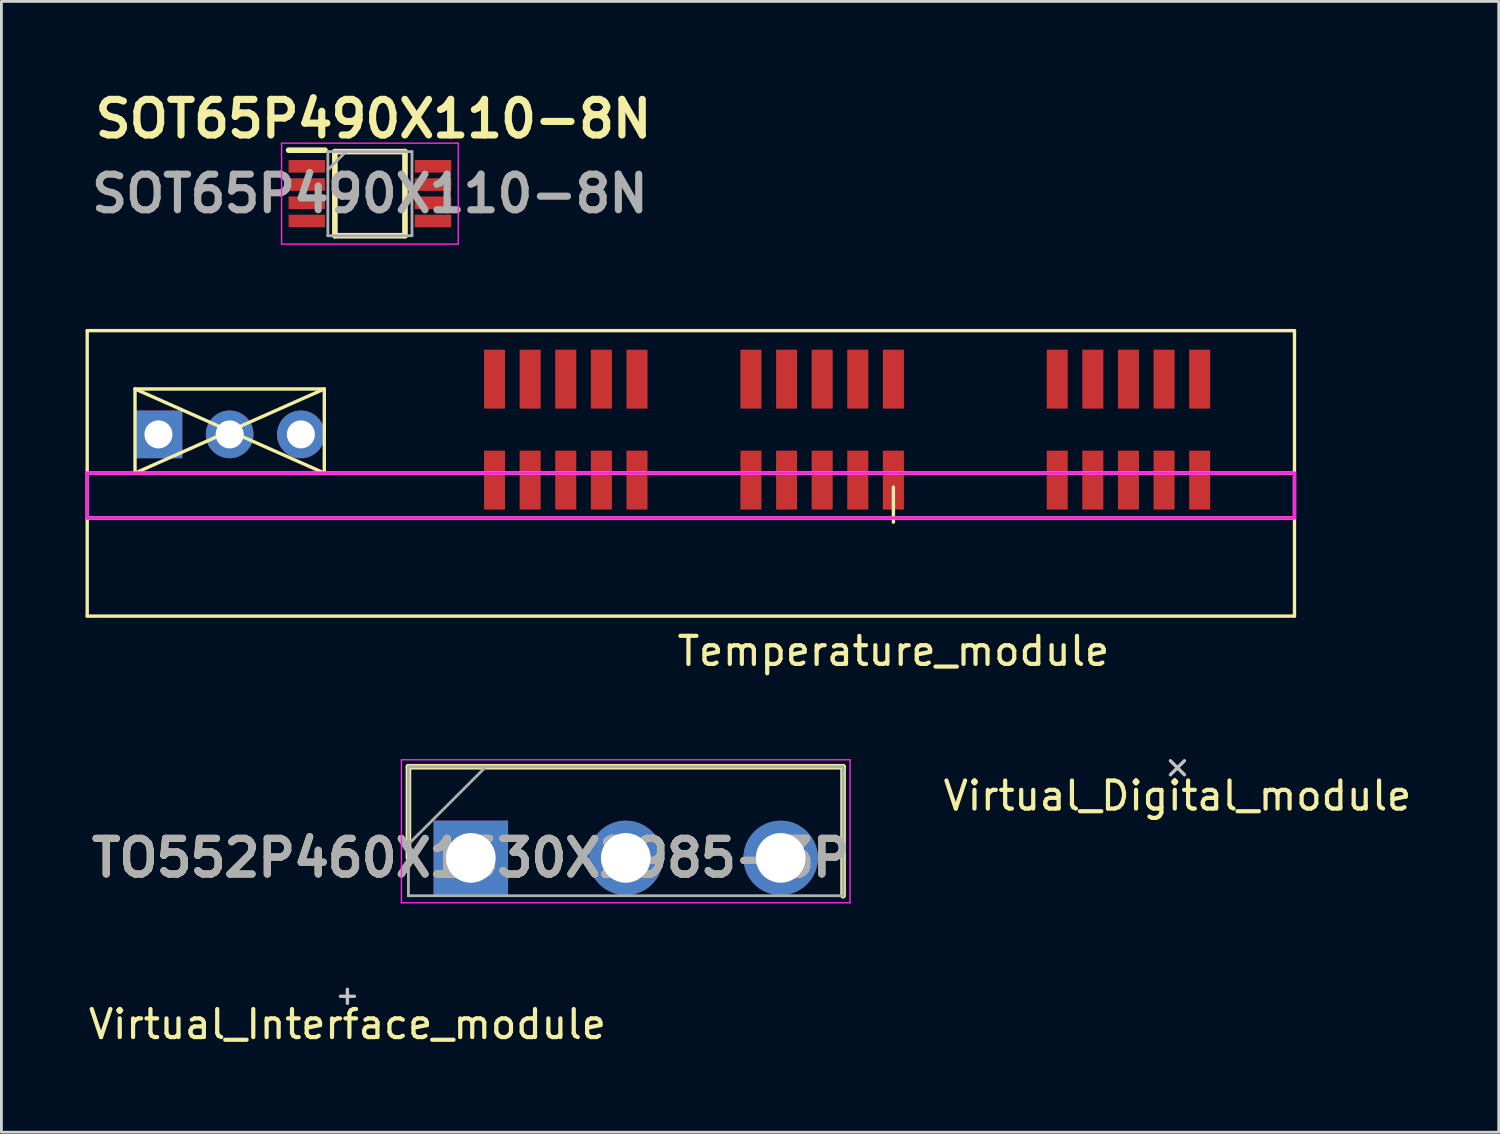
<source format=kicad_pcb>
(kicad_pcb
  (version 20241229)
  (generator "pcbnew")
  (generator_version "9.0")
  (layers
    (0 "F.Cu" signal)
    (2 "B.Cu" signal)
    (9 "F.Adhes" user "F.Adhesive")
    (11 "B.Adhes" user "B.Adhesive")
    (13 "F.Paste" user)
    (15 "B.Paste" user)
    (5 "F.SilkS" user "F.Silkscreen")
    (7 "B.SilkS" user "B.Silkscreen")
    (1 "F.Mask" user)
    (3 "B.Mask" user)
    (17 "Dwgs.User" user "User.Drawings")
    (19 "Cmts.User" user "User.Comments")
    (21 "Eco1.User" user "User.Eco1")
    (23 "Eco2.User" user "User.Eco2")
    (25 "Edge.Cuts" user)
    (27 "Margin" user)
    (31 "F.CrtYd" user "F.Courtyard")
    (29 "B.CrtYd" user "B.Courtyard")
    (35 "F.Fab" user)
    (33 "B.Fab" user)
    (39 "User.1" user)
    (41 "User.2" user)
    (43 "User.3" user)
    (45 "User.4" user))
  (footprint "Virtual_Digital_module"
    (layer "F.Cu")
    (at 38.939 24.329)
    (property "Reference" "Virtual_Digital_module" (at 0 1 0) (layer "F.SilkS") (effects (font (size 1 1) (thickness 0.15))))
    (attr through_hole)
    (fp_line (start -0.25 -0.25) (end 0.25 0.25) (stroke (width 0.12) (type solid)) (layer "Dwgs.User"))
    (fp_line (start -0.25 0.25) (end 0.25 -0.25) (stroke (width 0.12) (type solid)) (layer "Dwgs.User")))
  (footprint "SOT65P490X110-8N"
    (layer "F.Cu")
    (at 10.142 3.856)
    (property "Reference" "SOT65P490X110-8N" (at 0.127 -2.667 0) (layer "F.SilkS") (effects (font (size 1.27 1.27) (thickness 0.254))))
    (attr smd)
    (fp_line (start -2.9 -1.55) (end -1.6 -1.55) (stroke (width 0.2) (type solid)) (layer "F.SilkS"))
    (fp_line (start -1.25 -1.5) (end 1.25 -1.5) (stroke (width 0.2) (type solid)) (layer "F.SilkS"))
    (fp_line (start -1.25 1.5) (end -1.25 -1.5) (stroke (width 0.2) (type solid)) (layer "F.SilkS"))
    (fp_line (start 1.25 -1.5) (end 1.25 1.5) (stroke (width 0.2) (type solid)) (layer "F.SilkS"))
    (fp_line (start 1.25 1.5) (end -1.25 1.5) (stroke (width 0.2) (type solid)) (layer "F.SilkS"))
    (fp_line (start -3.15 -1.8) (end 3.15 -1.8) (stroke (width 0.05) (type solid)) (layer "F.CrtYd"))
    (fp_line (start -3.15 1.8) (end -3.15 -1.8) (stroke (width 0.05) (type solid)) (layer "F.CrtYd"))
    (fp_line (start 3.15 -1.8) (end 3.15 1.8) (stroke (width 0.05) (type solid)) (layer "F.CrtYd"))
    (fp_line (start 3.15 1.8) (end -3.15 1.8) (stroke (width 0.05) (type solid)) (layer "F.CrtYd"))
    (fp_line (start -1.5 -1.5) (end 1.5 -1.5) (stroke (width 0.1) (type solid)) (layer "F.Fab"))
    (fp_line (start -1.5 -0.85) (end -0.85 -1.5) (stroke (width 0.1) (type solid)) (layer "F.Fab"))
    (fp_line (start -1.5 1.5) (end -1.5 -1.5) (stroke (width 0.1) (type solid)) (layer "F.Fab"))
    (fp_line (start 1.5 -1.5) (end 1.5 1.5) (stroke (width 0.1) (type solid)) (layer "F.Fab"))
    (fp_line (start 1.5 1.5) (end -1.5 1.5) (stroke (width 0.1) (type solid)) (layer "F.Fab"))
    (fp_text user "${REFERENCE}" (at 0 0 0) (layer "F.Fab") (effects (font (size 1.27 1.27) (thickness 0.254))))
    (pad "1" smd rect (at -2.25 -0.975 90) (size 0.45 1.3) (layers "F.Cu" "F.Mask" "F.Paste"))
    (pad "2" smd rect (at -2.25 -0.325 90) (size 0.45 1.3) (layers "F.Cu" "F.Mask" "F.Paste"))
    (pad "3" smd rect (at -2.25 0.325 90) (size 0.45 1.3) (layers "F.Cu" "F.Mask" "F.Paste"))
    (pad "4" smd rect (at -2.25 0.975 90) (size 0.45 1.3) (layers "F.Cu" "F.Mask" "F.Paste"))
    (pad "5" smd rect (at 2.25 0.975 90) (size 0.45 1.3) (layers "F.Cu" "F.Mask" "F.Paste"))
    (pad "6" smd rect (at 2.25 0.325 90) (size 0.45 1.3) (layers "F.Cu" "F.Mask" "F.Paste"))
    (pad "7" smd rect (at 2.25 -0.325 90) (size 0.45 1.3) (layers "F.Cu" "F.Mask" "F.Paste"))
    (pad "8" smd rect (at 2.25 -0.975 90) (size 0.45 1.3) (layers "F.Cu" "F.Mask" "F.Paste")))
  (footprint "TO552P460X1530X2985-3P"
    (layer "F.Cu")
    (at 13.74 27.544)
    (property "Reference" "TO552P460X1530X2985-3P" (at 0 0 0) (layer "F.SilkS") (effects (font (size 1.27 1.27) (thickness 0.254))))
    (attr through_hole)
    (fp_line (start -2.225 -3.25) (end -2.225 0) (stroke (width 0.2) (type solid)) (layer "F.SilkS"))
    (fp_line (start 13.275 -3.25) (end -2.225 -3.25) (stroke (width 0.2) (type solid)) (layer "F.SilkS"))
    (fp_line (start 13.275 1.35) (end 13.275 -3.25) (stroke (width 0.2) (type solid)) (layer "F.SilkS"))
    (fp_line (start -2.475 -3.5) (end 13.525 -3.5) (stroke (width 0.05) (type solid)) (layer "F.CrtYd"))
    (fp_line (start -2.475 1.6) (end -2.475 -3.5) (stroke (width 0.05) (type solid)) (layer "F.CrtYd"))
    (fp_line (start 13.525 -3.5) (end 13.525 1.6) (stroke (width 0.05) (type solid)) (layer "F.CrtYd"))
    (fp_line (start 13.525 1.6) (end -2.475 1.6) (stroke (width 0.05) (type solid)) (layer "F.CrtYd"))
    (fp_line (start -2.225 -3.25) (end 13.275 -3.25) (stroke (width 0.1) (type solid)) (layer "F.Fab"))
    (fp_line (start -2.225 -0.488) (end 0.537 -3.25) (stroke (width 0.1) (type solid)) (layer "F.Fab"))
    (fp_line (start -2.225 1.35) (end -2.225 -3.25) (stroke (width 0.1) (type solid)) (layer "F.Fab"))
    (fp_line (start 13.275 -3.25) (end 13.275 1.35) (stroke (width 0.1) (type solid)) (layer "F.Fab"))
    (fp_line (start 13.275 1.35) (end -2.225 1.35) (stroke (width 0.1) (type solid)) (layer "F.Fab"))
    (fp_text user "${REFERENCE}" (at 0 0 0) (layer "F.Fab") (effects (font (size 1.27 1.27) (thickness 0.254))))
    (pad "1" thru_hole rect (at 0 0) (size 2.655 2.655) (drill 1.77) (layers "*.Cu" "*.Mask"))
    (pad "2" thru_hole circle (at 5.525 0) (size 2.655 2.655) (drill 1.77) (layers "*.Cu" "*.Mask"))
    (pad "3" thru_hole circle (at 11.05 0) (size 2.655 2.655) (drill 1.77) (layers "*.Cu" "*.Mask")))
  (footprint "Virtual_Interface_module"
    (layer "F.Cu")
    (at 9.339 32.479)
    (property "Reference" "Virtual_Interface_module" (at 0 1 0) (layer "F.SilkS") (effects (font (size 1 1) (thickness 0.15))))
    (attr through_hole)
    (fp_line (start -0.25 0) (end 0.25 0) (stroke (width 0.12) (type solid)) (layer "Dwgs.User"))
    (fp_line (start 0 -0.25) (end 0 0.25) (stroke (width 0.12) (type solid)) (layer "Dwgs.User")))
  (footprint "Temperature_module"
    (layer "F.Cu")
    (at 28.81 13.821)
    (property "Reference" "Temperature_module" (at 0 6.35 180) (layer "F.SilkS") (effects (font (size 1 1) (thickness 0.15))))
    (attr through_hole)
    (fp_line (start -28.75 -5.08) (end 14.303 -5.08) (stroke (width 0.12) (type solid)) (layer "F.SilkS"))
    (fp_line (start -28.75 0) (end 14.303 0) (stroke (width 0.12) (type solid)) (layer "F.SilkS"))
    (fp_line (start -28.75 1.6) (end 14.303 1.6) (stroke (width 0.12) (type solid)) (layer "F.SilkS"))
    (fp_line (start -28.75 5.1) (end -28.75 -5.08) (stroke (width 0.12) (type solid)) (layer "F.SilkS"))
    (fp_line (start -27.045 -3) (end -20.295 0) (stroke (width 0.12) (type solid)) (layer "F.SilkS"))
    (fp_line (start -27.045 0) (end -27.045 -3) (stroke (width 0.12) (type solid)) (layer "F.SilkS"))
    (fp_line (start -27.045 0) (end -20.295 -3) (stroke (width 0.12) (type solid)) (layer "F.SilkS"))
    (fp_line (start -20.295 -3) (end -27.045 -3) (stroke (width 0.12) (type solid)) (layer "F.SilkS"))
    (fp_line (start -20.295 0) (end -20.295 -3) (stroke (width 0.12) (type solid)) (layer "F.SilkS"))
    (fp_line (start 0 0.5) (end 0 1.75) (stroke (width 0.12) (type solid)) (layer "F.SilkS"))
    (fp_line (start 14.303 -5.08) (end 14.303 5.1) (stroke (width 0.12) (type solid)) (layer "F.SilkS"))
    (fp_line (start 14.303 5.1) (end -28.75 5.1) (stroke (width 0.12) (type solid)) (layer "F.SilkS"))
    (fp_line (start -28.75 0) (end -28.75 1.6) (stroke (width 0.12) (type solid)) (layer "F.CrtYd"))
    (fp_line (start -28.75 1.6) (end 14.303 1.6) (stroke (width 0.12) (type solid)) (layer "F.CrtYd"))
    (fp_line (start 14.303 0) (end -28.75 0) (stroke (width 0.12) (type solid)) (layer "F.CrtYd"))
    (fp_line (start 14.303 1.6) (end 14.303 0.013) (stroke (width 0.12) (type solid)) (layer "F.CrtYd"))
    (pad "1" thru_hole rect (at -26.21 -1.38) (size 1.7 1.7) (drill 1) (layers "*.Cu" "*.Mask"))
    (pad "2" thru_hole circle (at -23.67 -1.38) (size 1.7 1.7) (drill 1) (layers "*.Cu" "*.Mask"))
    (pad "3" thru_hole circle (at -21.13 -1.38) (size 1.7 1.7) (drill 1) (layers "*.Cu" "*.Mask"))
    (pad "4" smd rect (at -14.224 0.25) (size 0.75 2.1) (layers "F.Cu" "F.Mask" "F.Paste"))
    (pad "5" smd rect (at -14.224 -3.35) (size 0.75 2.1) (layers "F.Cu" "F.Mask" "F.Paste"))
    (pad "6" smd rect (at -12.954 0.25) (size 0.75 2.1) (layers "F.Cu" "F.Mask" "F.Paste"))
    (pad "7" smd rect (at -12.954 -3.35) (size 0.75 2.1) (layers "F.Cu" "F.Mask" "F.Paste"))
    (pad "8" smd rect (at -11.684 0.25) (size 0.75 2.1) (layers "F.Cu" "F.Mask" "F.Paste"))
    (pad "9" smd rect (at -11.684 -3.35) (size 0.75 2.1) (layers "F.Cu" "F.Mask" "F.Paste"))
    (pad "10" smd rect (at -10.414 0.25) (size 0.75 2.1) (layers "F.Cu" "F.Mask" "F.Paste"))
    (pad "11" smd rect (at -10.414 -3.35) (size 0.75 2.1) (layers "F.Cu" "F.Mask" "F.Paste"))
    (pad "12" smd rect (at -9.144 0.25) (size 0.75 2.1) (layers "F.Cu" "F.Mask" "F.Paste"))
    (pad "13" smd rect (at -9.144 -3.35) (size 0.75 2.1) (layers "F.Cu" "F.Mask" "F.Paste"))
    (pad "14" smd rect (at -5.08 0.25) (size 0.75 2.1) (layers "F.Cu" "F.Mask" "F.Paste"))
    (pad "15" smd rect (at -5.08 -3.35) (size 0.75 2.1) (layers "F.Cu" "F.Mask" "F.Paste"))
    (pad "16" smd rect (at -3.81 0.25) (size 0.75 2.1) (layers "F.Cu" "F.Mask" "F.Paste"))
    (pad "17" smd rect (at -3.81 -3.35) (size 0.75 2.1) (layers "F.Cu" "F.Mask" "F.Paste"))
    (pad "18" smd rect (at -2.54 0.25) (size 0.75 2.1) (layers "F.Cu" "F.Mask" "F.Paste"))
    (pad "19" smd rect (at -2.54 -3.35) (size 0.75 2.1) (layers "F.Cu" "F.Mask" "F.Paste"))
    (pad "20" smd rect (at -1.27 0.25) (size 0.75 2.1) (layers "F.Cu" "F.Mask" "F.Paste"))
    (pad "21" smd rect (at -1.27 -3.35) (size 0.75 2.1) (layers "F.Cu" "F.Mask" "F.Paste"))
    (pad "22" smd rect (at 0 0.25) (size 0.75 2.1) (layers "F.Cu" "F.Mask" "F.Paste"))
    (pad "23" smd rect (at 0 -3.35) (size 0.75 2.1) (layers "F.Cu" "F.Mask" "F.Paste"))
    (pad "24" smd rect (at 5.842 0.25) (size 0.75 2.1) (layers "F.Cu" "F.Mask" "F.Paste"))
    (pad "25" smd rect (at 5.842 -3.35) (size 0.75 2.1) (layers "F.Cu" "F.Mask" "F.Paste"))
    (pad "26" smd rect (at 7.112 0.25) (size 0.75 2.1) (layers "F.Cu" "F.Mask" "F.Paste"))
    (pad "27" smd rect (at 7.112 -3.35) (size 0.75 2.1) (layers "F.Cu" "F.Mask" "F.Paste"))
    (pad "28" smd rect (at 8.382 0.25) (size 0.75 2.1) (layers "F.Cu" "F.Mask" "F.Paste"))
    (pad "29" smd rect (at 8.382 -3.35) (size 0.75 2.1) (layers "F.Cu" "F.Mask" "F.Paste"))
    (pad "30" smd rect (at 9.652 0.25) (size 0.75 2.1) (layers "F.Cu" "F.Mask" "F.Paste"))
    (pad "31" smd rect (at 9.652 -3.35) (size 0.75 2.1) (layers "F.Cu" "F.Mask" "F.Paste"))
    (pad "32" smd rect (at 10.922 0.25) (size 0.75 2.1) (layers "F.Cu" "F.Mask" "F.Paste"))
    (pad "33" smd rect (at 10.922 -3.35) (size 0.75 2.1) (layers "F.Cu" "F.Mask" "F.Paste")))
  (gr_rect
    (start -3 -3)
    (end 50.397 37.327)
    (stroke (width 0.1) (type default))
    (fill no)
    (layer "Edge.Cuts")))
</source>
